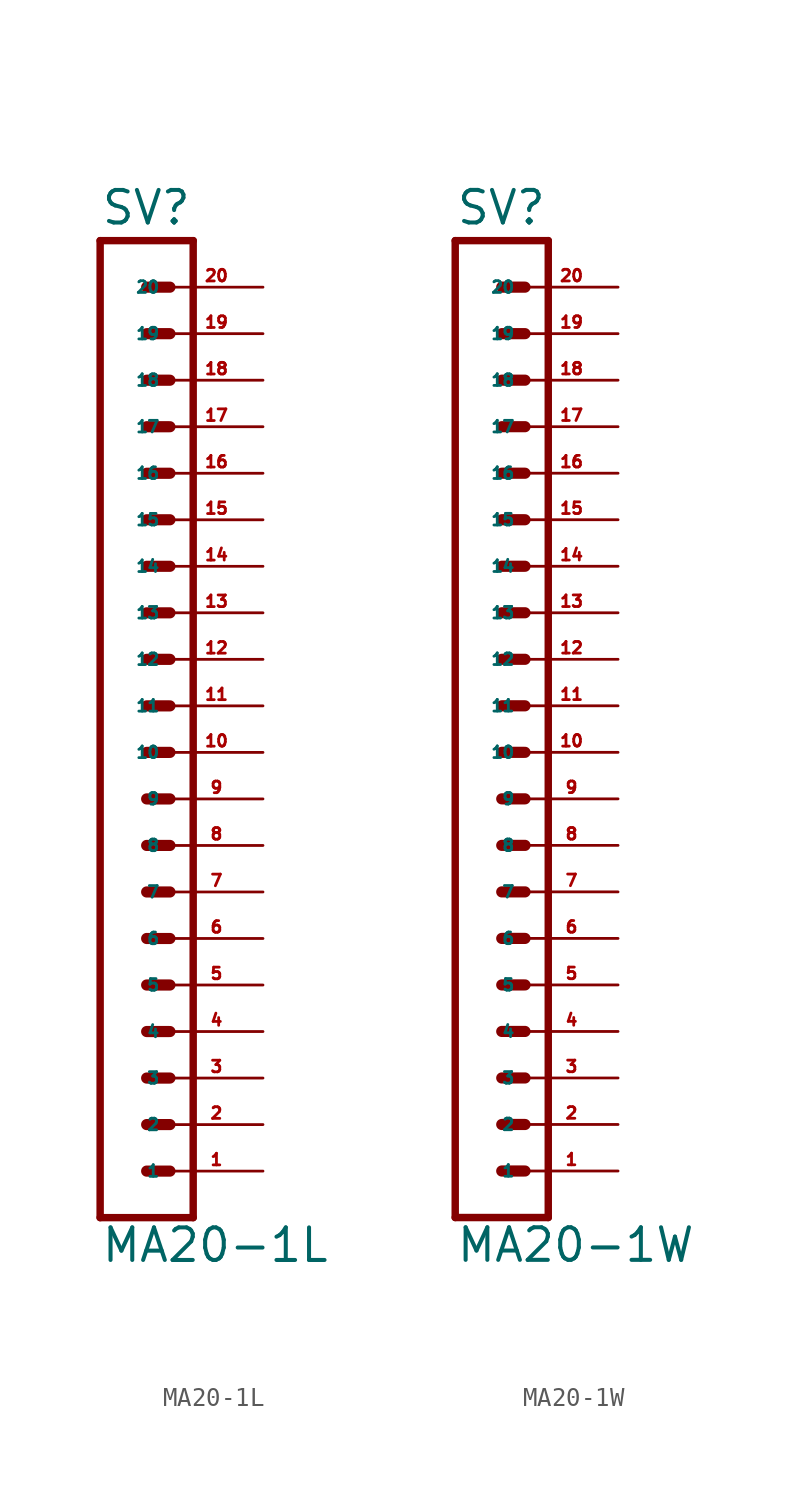
<source format=kicad_sym>
(kicad_symbol_lib
  (version 20220914)
  (generator Eagle2Kicad)
  (symbol "MA20-1L"
    (property "Reference" "SV"
      (at -1.27 28.702 0)
      (effects (font (size 1.778 1.778) (thickness 0.22)) (justify left bottom)))
    (property "Value" "MA20-1L"
      (at -1.27 -27.94 0)
      (effects (font (size 1.778 1.778) (thickness 0.22)) (justify left bottom)))
    (polyline
      (pts (xy 3.81 -25.4) (xy -1.27 -25.4))
      (stroke (width 0.406) (type default))
      (fill (type none)))
    (polyline
      (pts (xy 1.27 -17.78) (xy 2.54 -17.78))
      (stroke (width 0.61) (type default))
      (fill (type none)))
    (polyline
      (pts (xy 1.27 -20.32) (xy 2.54 -20.32))
      (stroke (width 0.61) (type default))
      (fill (type none)))
    (polyline
      (pts (xy 1.27 -22.86) (xy 2.54 -22.86))
      (stroke (width 0.61) (type default))
      (fill (type none)))
    (polyline
      (pts (xy 1.27 -12.7) (xy 2.54 -12.7))
      (stroke (width 0.61) (type default))
      (fill (type none)))
    (polyline
      (pts (xy 1.27 -15.24) (xy 2.54 -15.24))
      (stroke (width 0.61) (type default))
      (fill (type none)))
    (polyline
      (pts (xy 1.27 -5.08) (xy 2.54 -5.08))
      (stroke (width 0.61) (type default))
      (fill (type none)))
    (polyline
      (pts (xy 1.27 -7.62) (xy 2.54 -7.62))
      (stroke (width 0.61) (type default))
      (fill (type none)))
    (polyline
      (pts (xy 1.27 -10.16) (xy 2.54 -10.16))
      (stroke (width 0.61) (type default))
      (fill (type none)))
    (polyline
      (pts (xy 1.27 0) (xy 2.54 0))
      (stroke (width 0.61) (type default))
      (fill (type none)))
    (polyline
      (pts (xy 1.27 -2.54) (xy 2.54 -2.54))
      (stroke (width 0.61) (type default))
      (fill (type none)))
    (polyline
      (pts (xy 1.27 7.62) (xy 2.54 7.62))
      (stroke (width 0.61) (type default))
      (fill (type none)))
    (polyline
      (pts (xy 1.27 5.08) (xy 2.54 5.08))
      (stroke (width 0.61) (type default))
      (fill (type none)))
    (polyline
      (pts (xy 1.27 2.54) (xy 2.54 2.54))
      (stroke (width 0.61) (type default))
      (fill (type none)))
    (polyline
      (pts (xy 1.27 15.24) (xy 2.54 15.24))
      (stroke (width 0.61) (type default))
      (fill (type none)))
    (polyline
      (pts (xy 1.27 12.7) (xy 2.54 12.7))
      (stroke (width 0.61) (type default))
      (fill (type none)))
    (polyline
      (pts (xy 1.27 10.16) (xy 2.54 10.16))
      (stroke (width 0.61) (type default))
      (fill (type none)))
    (polyline
      (pts (xy 1.27 20.32) (xy 2.54 20.32))
      (stroke (width 0.61) (type default))
      (fill (type none)))
    (polyline
      (pts (xy 1.27 17.78) (xy 2.54 17.78))
      (stroke (width 0.61) (type default))
      (fill (type none)))
    (polyline
      (pts (xy 1.27 25.4) (xy 2.54 25.4))
      (stroke (width 0.61) (type default))
      (fill (type none)))
    (polyline
      (pts (xy 1.27 22.86) (xy 2.54 22.86))
      (stroke (width 0.61) (type default))
      (fill (type none)))
    (polyline
      (pts (xy -1.27 27.94) (xy -1.27 -25.4))
      (stroke (width 0.406) (type default))
      (fill (type none)))
    (polyline
      (pts (xy 3.81 -25.4) (xy 3.81 27.94))
      (stroke (width 0.406) (type default))
      (fill (type none)))
    (polyline
      (pts (xy -1.27 27.94) (xy 3.81 27.94))
      (stroke (width 0.406) (type default))
      (fill (type none)))
    (pin passive line
      (at 7.62 -22.86 180)
      (length 5.08)
      (name "1" (effects (font (size 0.635 0.635) (thickness 0.08)) (justify left bottom)))
      (number "1" (effects (font (size 0.635 0.635) (thickness 0.08)) (justify left bottom))))
    (pin passive line
      (at 7.62 -20.32 180)
      (length 5.08)
      (name "2" (effects (font (size 0.635 0.635) (thickness 0.08)) (justify left bottom)))
      (number "2" (effects (font (size 0.635 0.635) (thickness 0.08)) (justify left bottom))))
    (pin passive line
      (at 7.62 -17.78 180)
      (length 5.08)
      (name "3" (effects (font (size 0.635 0.635) (thickness 0.08)) (justify left bottom)))
      (number "3" (effects (font (size 0.635 0.635) (thickness 0.08)) (justify left bottom))))
    (pin passive line
      (at 7.62 -15.24 180)
      (length 5.08)
      (name "4" (effects (font (size 0.635 0.635) (thickness 0.08)) (justify left bottom)))
      (number "4" (effects (font (size 0.635 0.635) (thickness 0.08)) (justify left bottom))))
    (pin passive line
      (at 7.62 -12.7 180)
      (length 5.08)
      (name "5" (effects (font (size 0.635 0.635) (thickness 0.08)) (justify left bottom)))
      (number "5" (effects (font (size 0.635 0.635) (thickness 0.08)) (justify left bottom))))
    (pin passive line
      (at 7.62 -10.16 180)
      (length 5.08)
      (name "6" (effects (font (size 0.635 0.635) (thickness 0.08)) (justify left bottom)))
      (number "6" (effects (font (size 0.635 0.635) (thickness 0.08)) (justify left bottom))))
    (pin passive line
      (at 7.62 -7.62 180)
      (length 5.08)
      (name "7" (effects (font (size 0.635 0.635) (thickness 0.08)) (justify left bottom)))
      (number "7" (effects (font (size 0.635 0.635) (thickness 0.08)) (justify left bottom))))
    (pin passive line
      (at 7.62 -5.08 180)
      (length 5.08)
      (name "8" (effects (font (size 0.635 0.635) (thickness 0.08)) (justify left bottom)))
      (number "8" (effects (font (size 0.635 0.635) (thickness 0.08)) (justify left bottom))))
    (pin passive line
      (at 7.62 -2.54 180)
      (length 5.08)
      (name "9" (effects (font (size 0.635 0.635) (thickness 0.08)) (justify left bottom)))
      (number "9" (effects (font (size 0.635 0.635) (thickness 0.08)) (justify left bottom))))
    (pin passive line
      (at 7.62 0 180)
      (length 5.08)
      (name "10" (effects (font (size 0.635 0.635) (thickness 0.08)) (justify left bottom)))
      (number "10" (effects (font (size 0.635 0.635) (thickness 0.08)) (justify left bottom))))
    (pin passive line
      (at 7.62 2.54 180)
      (length 5.08)
      (name "11" (effects (font (size 0.635 0.635) (thickness 0.08)) (justify left bottom)))
      (number "11" (effects (font (size 0.635 0.635) (thickness 0.08)) (justify left bottom))))
    (pin passive line
      (at 7.62 5.08 180)
      (length 5.08)
      (name "12" (effects (font (size 0.635 0.635) (thickness 0.08)) (justify left bottom)))
      (number "12" (effects (font (size 0.635 0.635) (thickness 0.08)) (justify left bottom))))
    (pin passive line
      (at 7.62 7.62 180)
      (length 5.08)
      (name "13" (effects (font (size 0.635 0.635) (thickness 0.08)) (justify left bottom)))
      (number "13" (effects (font (size 0.635 0.635) (thickness 0.08)) (justify left bottom))))
    (pin passive line
      (at 7.62 10.16 180)
      (length 5.08)
      (name "14" (effects (font (size 0.635 0.635) (thickness 0.08)) (justify left bottom)))
      (number "14" (effects (font (size 0.635 0.635) (thickness 0.08)) (justify left bottom))))
    (pin passive line
      (at 7.62 12.7 180)
      (length 5.08)
      (name "15" (effects (font (size 0.635 0.635) (thickness 0.08)) (justify left bottom)))
      (number "15" (effects (font (size 0.635 0.635) (thickness 0.08)) (justify left bottom))))
    (pin passive line
      (at 7.62 15.24 180)
      (length 5.08)
      (name "16" (effects (font (size 0.635 0.635) (thickness 0.08)) (justify left bottom)))
      (number "16" (effects (font (size 0.635 0.635) (thickness 0.08)) (justify left bottom))))
    (pin passive line
      (at 7.62 17.78 180)
      (length 5.08)
      (name "17" (effects (font (size 0.635 0.635) (thickness 0.08)) (justify left bottom)))
      (number "17" (effects (font (size 0.635 0.635) (thickness 0.08)) (justify left bottom))))
    (pin passive line
      (at 7.62 20.32 180)
      (length 5.08)
      (name "18" (effects (font (size 0.635 0.635) (thickness 0.08)) (justify left bottom)))
      (number "18" (effects (font (size 0.635 0.635) (thickness 0.08)) (justify left bottom))))
    (pin passive line
      (at 7.62 22.86 180)
      (length 5.08)
      (name "19" (effects (font (size 0.635 0.635) (thickness 0.08)) (justify left bottom)))
      (number "19" (effects (font (size 0.635 0.635) (thickness 0.08)) (justify left bottom))))
    (pin passive line
      (at 7.62 25.4 180)
      (length 5.08)
      (name "20" (effects (font (size 0.635 0.635) (thickness 0.08)) (justify left bottom)))
      (number "20" (effects (font (size 0.635 0.635) (thickness 0.08)) (justify left bottom)))))
  (symbol "MA20-1W"
    (property "Reference" "SV"
      (at -1.27 28.702 0)
      (effects (font (size 1.778 1.778) (thickness 0.22)) (justify left bottom)))
    (property "Value" "MA20-1W"
      (at -1.27 -27.94 0)
      (effects (font (size 1.778 1.778) (thickness 0.22)) (justify left bottom)))
    (polyline
      (pts (xy 3.81 -25.4) (xy -1.27 -25.4))
      (stroke (width 0.406) (type default))
      (fill (type none)))
    (polyline
      (pts (xy 1.27 -17.78) (xy 2.54 -17.78))
      (stroke (width 0.61) (type default))
      (fill (type none)))
    (polyline
      (pts (xy 1.27 -20.32) (xy 2.54 -20.32))
      (stroke (width 0.61) (type default))
      (fill (type none)))
    (polyline
      (pts (xy 1.27 -22.86) (xy 2.54 -22.86))
      (stroke (width 0.61) (type default))
      (fill (type none)))
    (polyline
      (pts (xy 1.27 -12.7) (xy 2.54 -12.7))
      (stroke (width 0.61) (type default))
      (fill (type none)))
    (polyline
      (pts (xy 1.27 -15.24) (xy 2.54 -15.24))
      (stroke (width 0.61) (type default))
      (fill (type none)))
    (polyline
      (pts (xy 1.27 -5.08) (xy 2.54 -5.08))
      (stroke (width 0.61) (type default))
      (fill (type none)))
    (polyline
      (pts (xy 1.27 -7.62) (xy 2.54 -7.62))
      (stroke (width 0.61) (type default))
      (fill (type none)))
    (polyline
      (pts (xy 1.27 -10.16) (xy 2.54 -10.16))
      (stroke (width 0.61) (type default))
      (fill (type none)))
    (polyline
      (pts (xy 1.27 0) (xy 2.54 0))
      (stroke (width 0.61) (type default))
      (fill (type none)))
    (polyline
      (pts (xy 1.27 -2.54) (xy 2.54 -2.54))
      (stroke (width 0.61) (type default))
      (fill (type none)))
    (polyline
      (pts (xy 1.27 7.62) (xy 2.54 7.62))
      (stroke (width 0.61) (type default))
      (fill (type none)))
    (polyline
      (pts (xy 1.27 5.08) (xy 2.54 5.08))
      (stroke (width 0.61) (type default))
      (fill (type none)))
    (polyline
      (pts (xy 1.27 2.54) (xy 2.54 2.54))
      (stroke (width 0.61) (type default))
      (fill (type none)))
    (polyline
      (pts (xy 1.27 15.24) (xy 2.54 15.24))
      (stroke (width 0.61) (type default))
      (fill (type none)))
    (polyline
      (pts (xy 1.27 12.7) (xy 2.54 12.7))
      (stroke (width 0.61) (type default))
      (fill (type none)))
    (polyline
      (pts (xy 1.27 10.16) (xy 2.54 10.16))
      (stroke (width 0.61) (type default))
      (fill (type none)))
    (polyline
      (pts (xy 1.27 20.32) (xy 2.54 20.32))
      (stroke (width 0.61) (type default))
      (fill (type none)))
    (polyline
      (pts (xy 1.27 17.78) (xy 2.54 17.78))
      (stroke (width 0.61) (type default))
      (fill (type none)))
    (polyline
      (pts (xy 1.27 25.4) (xy 2.54 25.4))
      (stroke (width 0.61) (type default))
      (fill (type none)))
    (polyline
      (pts (xy 1.27 22.86) (xy 2.54 22.86))
      (stroke (width 0.61) (type default))
      (fill (type none)))
    (polyline
      (pts (xy -1.27 27.94) (xy -1.27 -25.4))
      (stroke (width 0.406) (type default))
      (fill (type none)))
    (polyline
      (pts (xy 3.81 -25.4) (xy 3.81 27.94))
      (stroke (width 0.406) (type default))
      (fill (type none)))
    (polyline
      (pts (xy -1.27 27.94) (xy 3.81 27.94))
      (stroke (width 0.406) (type default))
      (fill (type none)))
    (pin passive line
      (at 7.62 -22.86 180)
      (length 5.08)
      (name "1" (effects (font (size 0.635 0.635) (thickness 0.08)) (justify left bottom)))
      (number "1" (effects (font (size 0.635 0.635) (thickness 0.08)) (justify left bottom))))
    (pin passive line
      (at 7.62 -20.32 180)
      (length 5.08)
      (name "2" (effects (font (size 0.635 0.635) (thickness 0.08)) (justify left bottom)))
      (number "2" (effects (font (size 0.635 0.635) (thickness 0.08)) (justify left bottom))))
    (pin passive line
      (at 7.62 -17.78 180)
      (length 5.08)
      (name "3" (effects (font (size 0.635 0.635) (thickness 0.08)) (justify left bottom)))
      (number "3" (effects (font (size 0.635 0.635) (thickness 0.08)) (justify left bottom))))
    (pin passive line
      (at 7.62 -15.24 180)
      (length 5.08)
      (name "4" (effects (font (size 0.635 0.635) (thickness 0.08)) (justify left bottom)))
      (number "4" (effects (font (size 0.635 0.635) (thickness 0.08)) (justify left bottom))))
    (pin passive line
      (at 7.62 -12.7 180)
      (length 5.08)
      (name "5" (effects (font (size 0.635 0.635) (thickness 0.08)) (justify left bottom)))
      (number "5" (effects (font (size 0.635 0.635) (thickness 0.08)) (justify left bottom))))
    (pin passive line
      (at 7.62 -10.16 180)
      (length 5.08)
      (name "6" (effects (font (size 0.635 0.635) (thickness 0.08)) (justify left bottom)))
      (number "6" (effects (font (size 0.635 0.635) (thickness 0.08)) (justify left bottom))))
    (pin passive line
      (at 7.62 -7.62 180)
      (length 5.08)
      (name "7" (effects (font (size 0.635 0.635) (thickness 0.08)) (justify left bottom)))
      (number "7" (effects (font (size 0.635 0.635) (thickness 0.08)) (justify left bottom))))
    (pin passive line
      (at 7.62 -5.08 180)
      (length 5.08)
      (name "8" (effects (font (size 0.635 0.635) (thickness 0.08)) (justify left bottom)))
      (number "8" (effects (font (size 0.635 0.635) (thickness 0.08)) (justify left bottom))))
    (pin passive line
      (at 7.62 -2.54 180)
      (length 5.08)
      (name "9" (effects (font (size 0.635 0.635) (thickness 0.08)) (justify left bottom)))
      (number "9" (effects (font (size 0.635 0.635) (thickness 0.08)) (justify left bottom))))
    (pin passive line
      (at 7.62 0 180)
      (length 5.08)
      (name "10" (effects (font (size 0.635 0.635) (thickness 0.08)) (justify left bottom)))
      (number "10" (effects (font (size 0.635 0.635) (thickness 0.08)) (justify left bottom))))
    (pin passive line
      (at 7.62 2.54 180)
      (length 5.08)
      (name "11" (effects (font (size 0.635 0.635) (thickness 0.08)) (justify left bottom)))
      (number "11" (effects (font (size 0.635 0.635) (thickness 0.08)) (justify left bottom))))
    (pin passive line
      (at 7.62 5.08 180)
      (length 5.08)
      (name "12" (effects (font (size 0.635 0.635) (thickness 0.08)) (justify left bottom)))
      (number "12" (effects (font (size 0.635 0.635) (thickness 0.08)) (justify left bottom))))
    (pin passive line
      (at 7.62 7.62 180)
      (length 5.08)
      (name "13" (effects (font (size 0.635 0.635) (thickness 0.08)) (justify left bottom)))
      (number "13" (effects (font (size 0.635 0.635) (thickness 0.08)) (justify left bottom))))
    (pin passive line
      (at 7.62 10.16 180)
      (length 5.08)
      (name "14" (effects (font (size 0.635 0.635) (thickness 0.08)) (justify left bottom)))
      (number "14" (effects (font (size 0.635 0.635) (thickness 0.08)) (justify left bottom))))
    (pin passive line
      (at 7.62 12.7 180)
      (length 5.08)
      (name "15" (effects (font (size 0.635 0.635) (thickness 0.08)) (justify left bottom)))
      (number "15" (effects (font (size 0.635 0.635) (thickness 0.08)) (justify left bottom))))
    (pin passive line
      (at 7.62 15.24 180)
      (length 5.08)
      (name "16" (effects (font (size 0.635 0.635) (thickness 0.08)) (justify left bottom)))
      (number "16" (effects (font (size 0.635 0.635) (thickness 0.08)) (justify left bottom))))
    (pin passive line
      (at 7.62 17.78 180)
      (length 5.08)
      (name "17" (effects (font (size 0.635 0.635) (thickness 0.08)) (justify left bottom)))
      (number "17" (effects (font (size 0.635 0.635) (thickness 0.08)) (justify left bottom))))
    (pin passive line
      (at 7.62 20.32 180)
      (length 5.08)
      (name "18" (effects (font (size 0.635 0.635) (thickness 0.08)) (justify left bottom)))
      (number "18" (effects (font (size 0.635 0.635) (thickness 0.08)) (justify left bottom))))
    (pin passive line
      (at 7.62 22.86 180)
      (length 5.08)
      (name "19" (effects (font (size 0.635 0.635) (thickness 0.08)) (justify left bottom)))
      (number "19" (effects (font (size 0.635 0.635) (thickness 0.08)) (justify left bottom))))
    (pin passive line
      (at 7.62 25.4 180)
      (length 5.08)
      (name "20" (effects (font (size 0.635 0.635) (thickness 0.08)) (justify left bottom)))
      (number "20" (effects (font (size 0.635 0.635) (thickness 0.08)) (justify left bottom))))))
</source>
